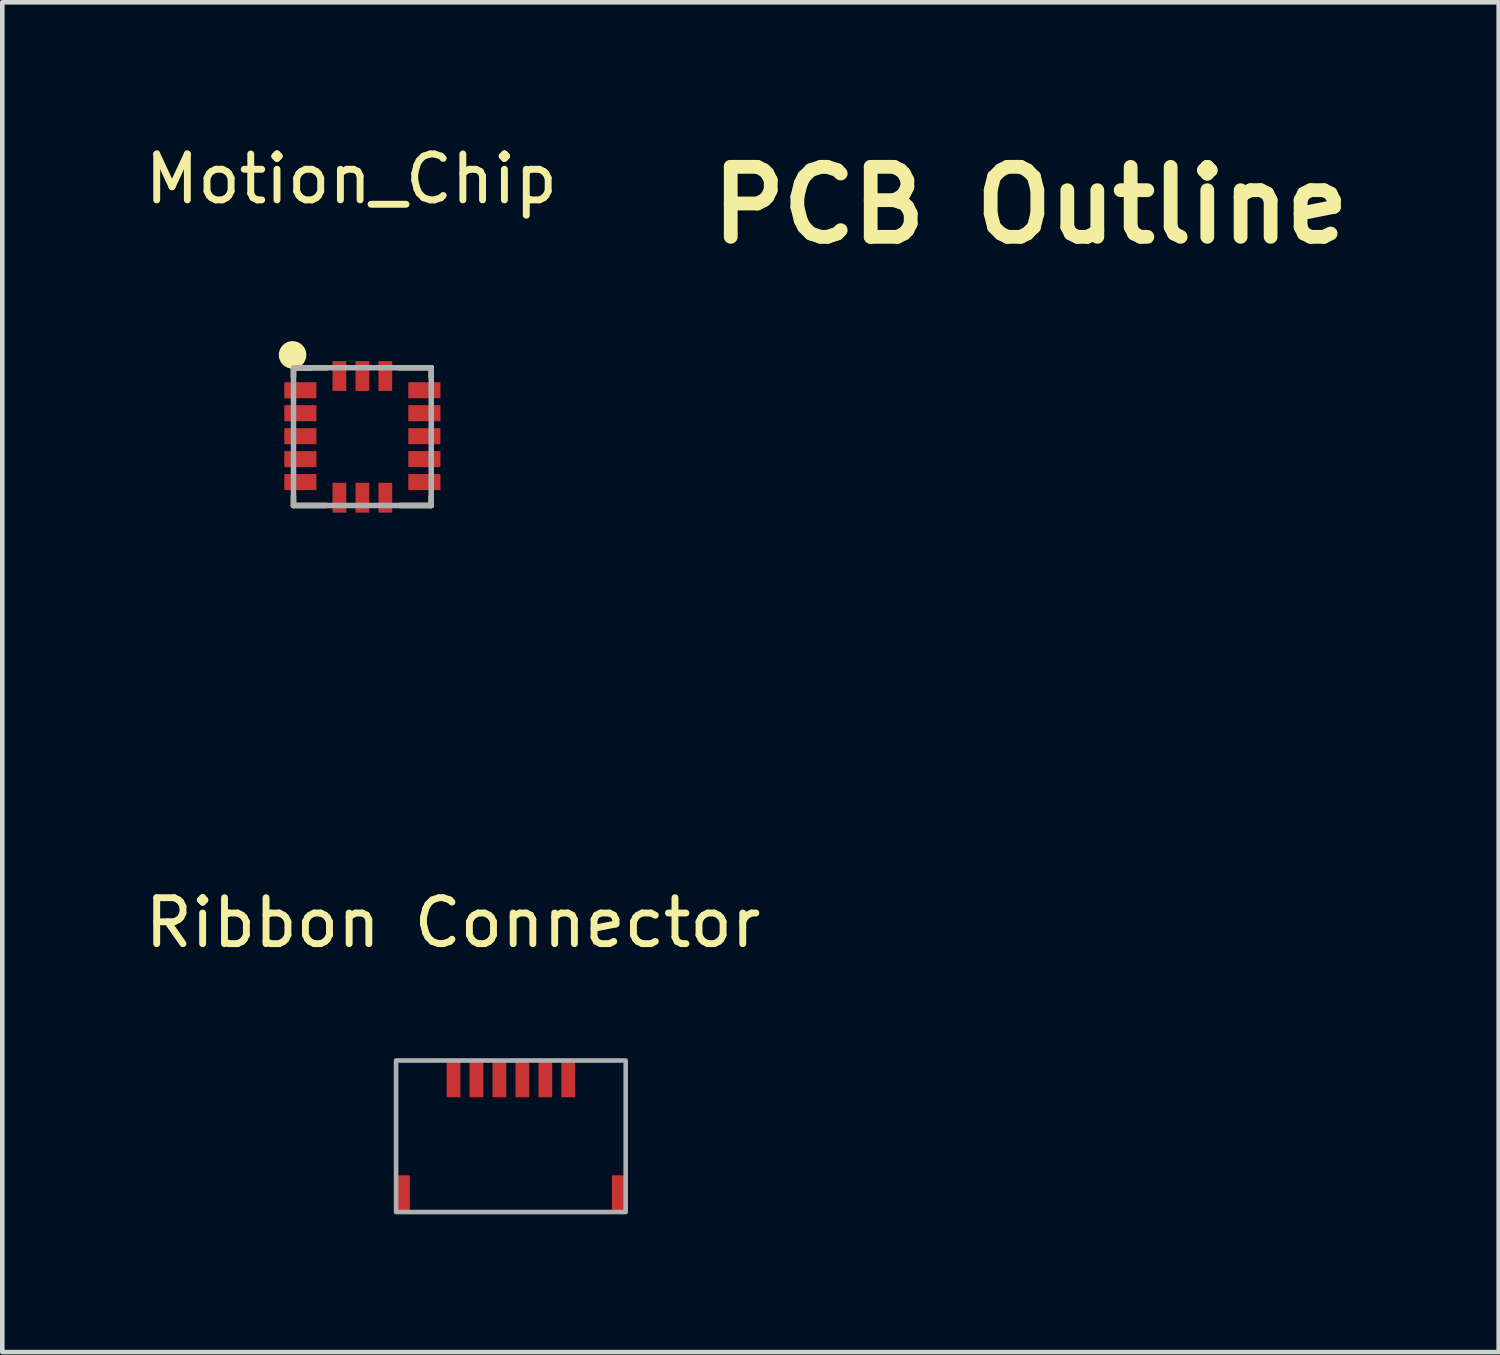
<source format=kicad_pcb>
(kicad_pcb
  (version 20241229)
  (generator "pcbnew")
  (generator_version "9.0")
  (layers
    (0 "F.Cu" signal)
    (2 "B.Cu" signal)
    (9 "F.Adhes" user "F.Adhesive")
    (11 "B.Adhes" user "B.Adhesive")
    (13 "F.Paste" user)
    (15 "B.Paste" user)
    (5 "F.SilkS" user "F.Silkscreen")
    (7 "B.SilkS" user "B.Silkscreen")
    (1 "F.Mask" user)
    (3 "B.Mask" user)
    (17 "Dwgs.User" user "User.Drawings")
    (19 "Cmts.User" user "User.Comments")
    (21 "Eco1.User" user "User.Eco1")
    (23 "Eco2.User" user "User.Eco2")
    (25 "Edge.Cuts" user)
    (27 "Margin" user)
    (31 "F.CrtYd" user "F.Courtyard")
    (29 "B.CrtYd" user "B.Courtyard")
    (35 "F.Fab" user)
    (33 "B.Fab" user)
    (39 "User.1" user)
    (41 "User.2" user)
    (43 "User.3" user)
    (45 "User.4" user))
  (footprint "PCB Outline"
    (layer "F.Cu")
    (at 19.374 7.848)
    (property "Reference" "PCB Outline" (at 0.02 -6.43 0) (layer "F.SilkS") (effects (font (size 1.524 1.524) (thickness 0.3))))
    (attr board_only exclude_from_pos_files exclude_from_bom)
    (fp_poly (pts (xy -0.876 -5.297) (xy -0.675 -5.297) (xy -0.463 -5.297) (xy -0.239 -5.297) (xy -0.003 -5.297) (xy 0.06 -5.297) (xy 2.682 -5.295) (xy 2.751 -5.281) (xy 2.859 -5.255) (xy 2.961 -5.217) (xy 3.058 -5.171) (xy 3.148 -5.114) (xy 3.231 -5.05) (xy 3.306 -4.977) (xy 3.374 -4.897) (xy 3.432 -4.81) (xy 3.482 -4.716) (xy 3.522 -4.617) (xy 3.551 -4.513) (xy 3.57 -4.404) (xy 3.572 -4.392) (xy 3.572 -4.382) (xy 3.572 -4.361) (xy 3.573 -4.328) (xy 3.573 -4.285) (xy 3.574 -4.231) (xy 3.574 -4.167) (xy 3.574 -4.093) (xy 3.575 -4.01) (xy 3.575 -3.917) (xy 3.575 -3.816) (xy 3.575 -3.707) (xy 3.576 -3.59) (xy 3.576 -3.465) (xy 3.576 -3.332) (xy 3.576 -3.193) (xy 3.577 -3.048) (xy 3.577 -2.896) (xy 3.577 -2.739) (xy 3.577 -2.576) (xy 3.577 -2.409) (xy 3.578 -2.236) (xy 3.578 -2.06) (xy 3.578 -1.879) (xy 3.578 -1.695) (xy 3.578 -1.508) (xy 3.578 -1.317) (xy 3.578 -1.125) (xy 3.578 -0.93) (xy 3.578 -0.734) (xy 3.578 -0.536) (xy 3.578 -0.337) (xy 3.578 -0.138) (xy 3.578 0.062) (xy 3.578 0.261) (xy 3.578 0.46) (xy 3.578 0.658) (xy 3.578 0.855) (xy 3.578 1.051) (xy 3.578 1.244) (xy 3.578 1.435) (xy 3.578 1.623) (xy 3.578 1.809) (xy 3.578 1.991) (xy 3.578 2.169) (xy 3.577 2.343) (xy 3.577 2.512) (xy 3.577 2.677) (xy 3.577 2.836) (xy 3.577 2.99) (xy 3.577 3.138) (xy 3.576 3.279) (xy 3.576 3.414) (xy 3.576 3.541) (xy 3.576 3.661) (xy 3.575 3.774) (xy 3.575 3.878) (xy 3.575 3.973) (xy 3.574 4.06) (xy 3.574 4.137) (xy 3.574 4.205) (xy 3.573 4.263) (xy 3.573 4.31) (xy 3.573 4.347) (xy 3.572 4.372) (xy 3.572 4.386) (xy 3.572 4.388) (xy 3.555 4.496) (xy 3.527 4.6) (xy 3.489 4.699) (xy 3.442 4.793) (xy 3.385 4.88) (xy 3.32 4.961) (xy 3.247 5.035) (xy 3.166 5.101) (xy 3.078 5.158) (xy 2.985 5.207) (xy 2.885 5.245) (xy 2.78 5.273) (xy 2.774 5.274) (xy 2.742 5.28) (xy 2.704 5.285) (xy 2.664 5.29) (xy 2.634 5.292) (xy 2.624 5.293) (xy 2.601 5.293) (xy 2.568 5.293) (xy 2.525 5.294) (xy 2.471 5.294) (xy 2.408 5.294) (xy 2.335 5.294) (xy 2.254 5.295) (xy 2.164 5.295) (xy 2.066 5.295) (xy 1.961 5.295) (xy 1.849 5.296) (xy 1.73 5.296) (xy 1.605 5.296) (xy 1.474 5.296) (xy 1.337 5.297) (xy 1.196 5.297) (xy 1.05 5.297) (xy 0.9 5.297) (xy 0.747 5.297) (xy 0.59 5.297) (xy 0.431 5.297) (xy 0.269 5.298) (xy 0.105 5.298) (xy -0.06 5.298) (xy -0.226 5.298) (xy -0.393 5.298) (xy -0.56 5.298) (xy -0.727 5.298) (xy -0.893 5.298) (xy -1.058 5.298) (xy -1.222 5.298) (xy -1.383 5.298) (xy -1.542 5.298) (xy -1.699 5.298) (xy -1.852 5.298) (xy -2.001 5.298) (xy -2.146 5.298) (xy -2.287 5.298) (xy -2.423 5.298) (xy -2.553 5.297) (xy -2.677 5.297) (xy -2.796 5.297) (xy -2.907 5.297) (xy -3.011 5.297) (xy -3.108 5.297) (xy -3.197 5.296) (xy -3.277 5.296) (xy -3.349 5.296) (xy -3.411 5.296) (xy -3.463 5.295) (xy -3.506 5.295) (xy -3.538 5.295) (xy -3.558 5.295) (xy -3.568 5.294) (xy -3.568 5.294) (xy -3.568 5.288) (xy -3.569 5.27) (xy -3.569 5.241) (xy -3.569 5.201) (xy -3.569 5.15) (xy -3.569 5.089) (xy -3.57 5.018) (xy -3.57 4.938) (xy -3.57 4.848) (xy -3.57 4.75) (xy -3.57 4.643) (xy -3.571 4.527) (xy -3.571 4.404) (xy -3.571 4.274) (xy -3.571 4.136) (xy -3.571 3.991) (xy -3.571 3.84) (xy -3.571 3.683) (xy -3.571 3.52) (xy -3.572 3.352) (xy -3.572 3.178) (xy -3.572 3) (xy -3.572 2.818) (xy -3.572 2.631) (xy -3.572 2.441) (xy -3.572 2.247) (xy -3.572 2.05) (xy -3.572 1.851) (xy -3.572 1.649) (xy -3.572 1.446) (xy -3.572 1.241) (xy -3.572 1.034) (xy -3.572 0.827) (xy -3.572 0.619) (xy -3.572 0.41) (xy -3.572 0.202) (xy -3.572 -0.006) (xy -3.572 -0.213) (xy -3.572 -0.419) (xy -3.571 -0.623) (xy -3.571 -0.825) (xy -3.571 -1.026) (xy -3.571 -1.224) (xy -3.571 -1.419) (xy -3.571 -1.61) (xy -3.571 -1.799) (xy -3.571 -1.983) (xy -3.571 -2.163) (xy -3.57 -2.339) (xy -3.57 -2.509) (xy -3.57 -2.674) (xy -3.57 -2.834) (xy -3.57 -2.988) (xy -3.57 -3.09) (xy -2.363 -3.09) (xy -2.354 -2.989) (xy -2.333 -2.89) (xy -2.302 -2.795) (xy -2.261 -2.704) (xy -2.209 -2.618) (xy -2.148 -2.538) (xy -2.091 -2.478) (xy -2.011 -2.409) (xy -1.926 -2.352) (xy -1.836 -2.305) (xy -1.741 -2.269) (xy -1.643 -2.244) (xy -1.542 -2.23) (xy -1.438 -2.228) (xy -1.343 -2.236) (xy -1.247 -2.255) (xy -1.153 -2.285) (xy -1.063 -2.325) (xy -0.977 -2.374) (xy -0.898 -2.432) (xy -0.826 -2.498) (xy -0.793 -2.535) (xy -0.729 -2.619) (xy -0.676 -2.707) (xy -0.634 -2.8) (xy -0.603 -2.898) (xy -0.584 -2.999) (xy -0.582 -3.018) (xy 1.083 -3.018) (xy 1.083 -2.931) (xy 1.094 -2.844) (xy 1.114 -2.76) (xy 1.143 -2.679) (xy 1.182 -2.601) (xy 1.229 -2.528) (xy 1.285 -2.461) (xy 1.35 -2.4) (xy 1.422 -2.347) (xy 1.478 -2.315) (xy 1.542 -2.286) (xy 1.611 -2.261) (xy 1.68 -2.243) (xy 1.735 -2.234) (xy 1.766 -2.231) (xy 1.805 -2.23) (xy 1.848 -2.231) (xy 1.89 -2.233) (xy 1.927 -2.236) (xy 1.948 -2.239) (xy 2.041 -2.261) (xy 2.129 -2.293) (xy 2.211 -2.336) (xy 2.287 -2.389) (xy 2.35 -2.445) (xy 2.414 -2.516) (xy 2.467 -2.593) (xy 2.509 -2.676) (xy 2.541 -2.763) (xy 2.562 -2.854) (xy 2.562 -2.859) (xy 2.571 -2.952) (xy 2.568 -3.045) (xy 2.553 -3.136) (xy 2.527 -3.225) (xy 2.491 -3.31) (xy 2.45 -3.382) (xy 2.394 -3.456) (xy 2.331 -3.522) (xy 2.263 -3.578) (xy 2.191 -3.624) (xy 2.114 -3.662) (xy 2.034 -3.689) (xy 1.952 -3.708) (xy 1.869 -3.717) (xy 1.785 -3.718) (xy 1.702 -3.708) (xy 1.62 -3.69) (xy 1.541 -3.662) (xy 1.464 -3.626) (xy 1.391 -3.58) (xy 1.324 -3.524) (xy 1.261 -3.46) (xy 1.206 -3.387) (xy 1.186 -3.356) (xy 1.144 -3.275) (xy 1.113 -3.191) (xy 1.093 -3.105) (xy 1.083 -3.018) (xy -0.582 -3.018) (xy -0.576 -3.103) (xy -0.575 -3.123) (xy -0.581 -3.226) (xy -0.598 -3.326) (xy -0.625 -3.421) (xy -0.663 -3.512) (xy -0.71 -3.597) (xy -0.767 -3.677) (xy -0.831 -3.75) (xy -0.904 -3.815) (xy -0.985 -3.873) (xy -1.073 -3.922) (xy -1.167 -3.963) (xy -1.268 -3.994) (xy -1.301 -4.001) (xy -1.334 -4.007) (xy -1.376 -4.01) (xy -1.424 -4.012) (xy -1.475 -4.013) (xy -1.525 -4.012) (xy -1.572 -4.01) (xy -1.612 -4.006) (xy -1.636 -4.002) (xy -1.739 -3.974) (xy -1.837 -3.937) (xy -1.928 -3.89) (xy -2.011 -3.834) (xy -2.088 -3.769) (xy -2.156 -3.697) (xy -2.216 -3.617) (xy -2.266 -3.529) (xy -2.307 -3.435) (xy -2.317 -3.408) (xy -2.334 -3.353) (xy -2.346 -3.303) (xy -2.354 -3.253) (xy -2.36 -3.196) (xy -2.361 -3.192) (xy -2.363 -3.09) (xy -3.57 -3.09) (xy -3.57 -3.135) (xy -3.569 -3.276) (xy -3.569 -3.41) (xy -3.569 -3.536) (xy -3.569 -3.655) (xy -3.569 -3.765) (xy -3.568 -3.868) (xy -3.568 -3.961) (xy -3.568 -4.046) (xy -3.568 -4.121) (xy -3.568 -4.186) (xy -3.567 -4.241) (xy -3.567 -4.286) (xy -3.567 -4.32) (xy -3.567 -4.342) (xy -3.566 -4.354) (xy -3.566 -4.354) (xy -3.553 -4.466) (xy -3.529 -4.573) (xy -3.494 -4.674) (xy -3.448 -4.771) (xy -3.391 -4.862) (xy -3.359 -4.906) (xy -3.285 -4.99) (xy -3.205 -5.065) (xy -3.119 -5.13) (xy -3.026 -5.184) (xy -2.928 -5.228) (xy -2.825 -5.261) (xy -2.717 -5.283) (xy -2.64 -5.292) (xy -2.628 -5.293) (xy -2.607 -5.293) (xy -2.576 -5.294) (xy -2.535 -5.294) (xy -2.484 -5.295) (xy -2.423 -5.295) (xy -2.353 -5.296) (xy -2.272 -5.296) (xy -2.181 -5.296) (xy -2.079 -5.296) (xy -1.967 -5.297) (xy -1.844 -5.297) (xy -1.71 -5.297) (xy -1.566 -5.297) (xy -1.41 -5.297) (xy -1.243 -5.297) (xy -1.065 -5.297)) (stroke (width 0.1) (type solid)) (fill no) (layer "Eco1.User")))
  (footprint "Ribbon Connector"
    (layer "F.Cu")
    (at 6.815 17.544)
    (property "Reference" "Ribbon Connector" (at 0 -0.5 0) (unlocked yes) (layer "F.SilkS") (effects (font (size 1 1) (thickness 0.15))))
    (attr smd)
    (fp_rect (start -1.24 2.5) (end 3.76 5.8) (stroke (width 0.1) (type solid)) (fill no) (layer "F.Fab"))
    (pad "1" smd rect (at 2.51 2.9) (size 0.3 0.8) (layers "F.Cu" "F.Mask" "F.Paste"))
    (pad "2" smd rect (at 2.01 2.9) (size 0.3 0.8) (layers "F.Cu" "F.Mask" "F.Paste"))
    (pad "3" smd rect (at 1.51 2.9) (size 0.3 0.8) (layers "F.Cu" "F.Mask" "F.Paste"))
    (pad "4" smd rect (at 1.01 2.9) (size 0.3 0.8) (layers "F.Cu" "F.Mask" "F.Paste"))
    (pad "5" smd rect (at 0.51 2.9) (size 0.3 0.8) (layers "F.Cu" "F.Mask" "F.Paste"))
    (pad "6" smd rect (at 0.01 2.9) (size 0.3 0.8) (layers "F.Cu" "F.Mask" "F.Paste"))
    (pad "S1" smd rect (at -1.09 5.4) (size 0.3 0.8) (layers "F.Cu" "F.Mask" "F.Paste"))
    (pad "S2" smd rect (at 3.61 5.4) (size 0.3 0.8) (layers "F.Cu" "F.Mask" "F.Paste")))
  (footprint "Motion_Chip"
    (layer "F.Cu")
    (at 4.601 1.348)
    (property "Reference" "Motion_Chip" (at 0 -0.5 0) (unlocked yes) (layer "F.SilkS") (effects (font (size 1 1) (thickness 0.15))))
    (attr smd)
    (fp_line (start -1.26 3.61) (end -1.26 3.81) (stroke (width 0.12) (type solid)) (layer "F.SilkS"))
    (fp_line (start -1.26 3.61) (end -0.88 3.61) (stroke (width 0.12) (type solid)) (layer "F.SilkS"))
    (fp_line (start -1.26 6.61) (end -1.26 6.41) (stroke (width 0.12) (type solid)) (layer "F.SilkS"))
    (fp_line (start -1.26 6.61) (end -0.55 6.61) (stroke (width 0.12) (type solid)) (layer "F.SilkS"))
    (fp_line (start -0.54 3.61) (end -1.26 3.61) (stroke (width 0.12) (type solid)) (layer "F.SilkS"))
    (fp_line (start 1.06 6.61) (end 1.74 6.61) (stroke (width 0.12) (type solid)) (layer "F.SilkS"))
    (fp_line (start 1.74 3.61) (end 1.03 3.61) (stroke (width 0.12) (type solid)) (layer "F.SilkS"))
    (fp_line (start 1.74 3.61) (end 1.74 3.81) (stroke (width 0.12) (type solid)) (layer "F.SilkS"))
    (fp_line (start 1.74 6.61) (end 1.74 6.41) (stroke (width 0.12) (type solid)) (layer "F.SilkS"))
    (fp_circle (center -1.28 3.33) (end -1.28 3.33) (stroke (width 0.3) (type solid)) (fill no) (layer "F.SilkS"))
    (fp_rect (start -1.26 3.61) (end 1.74 6.61) (stroke (width 0.12) (type solid)) (fill no) (layer "F.Fab"))
    (pad "1" smd rect (at -1.11 4.1) (size 0.7 0.35) (layers "F.Cu" "F.Mask" "F.Paste"))
    (pad "2" smd rect (at -1.11 4.6) (size 0.7 0.35) (layers "F.Cu" "F.Mask" "F.Paste"))
    (pad "3" smd rect (at -1.11 5.1) (size 0.7 0.35) (layers "F.Cu" "F.Mask" "F.Paste"))
    (pad "4" smd rect (at -1.11 5.6) (size 0.7 0.35) (layers "F.Cu" "F.Mask" "F.Paste"))
    (pad "5" smd rect (at -1.11 6.1) (size 0.7 0.35) (layers "F.Cu" "F.Mask" "F.Paste"))
    (pad "6" smd rect (at -0.26 6.44) (size 0.3 0.65) (layers "F.Cu" "F.Mask" "F.Paste"))
    (pad "7" smd rect (at 0.24 6.44) (size 0.3 0.65) (layers "F.Cu" "F.Mask" "F.Paste"))
    (pad "8" smd rect (at 0.74 6.44) (size 0.3 0.65) (layers "F.Cu" "F.Mask" "F.Paste"))
    (pad "9" smd rect (at 1.59 6.1) (size 0.7 0.35) (layers "F.Cu" "F.Mask" "F.Paste"))
    (pad "10" smd rect (at 1.59 5.6) (size 0.7 0.35) (layers "F.Cu" "F.Mask" "F.Paste"))
    (pad "11" smd rect (at 1.59 5.1) (size 0.7 0.35) (layers "F.Cu" "F.Mask" "F.Paste"))
    (pad "12" smd rect (at 1.59 4.6) (size 0.7 0.35) (layers "F.Cu" "F.Mask" "F.Paste"))
    (pad "13" smd rect (at 1.59 4.1) (size 0.7 0.35) (layers "F.Cu" "F.Mask" "F.Paste"))
    (pad "14" smd rect (at 0.74 3.79) (size 0.3 0.65) (layers "F.Cu" "F.Mask" "F.Paste"))
    (pad "15" smd rect (at 0.24 3.79) (size 0.3 0.65) (layers "F.Cu" "F.Mask" "F.Paste"))
    (pad "16" smd rect (at -0.26 3.79) (size 0.3 0.65) (layers "F.Cu" "F.Mask" "F.Paste")))
  (gr_rect
    (start -3 -3)
    (end 29.586 26.394)
    (stroke (width 0.1) (type default))
    (fill no)
    (layer "Edge.Cuts")))
</source>
